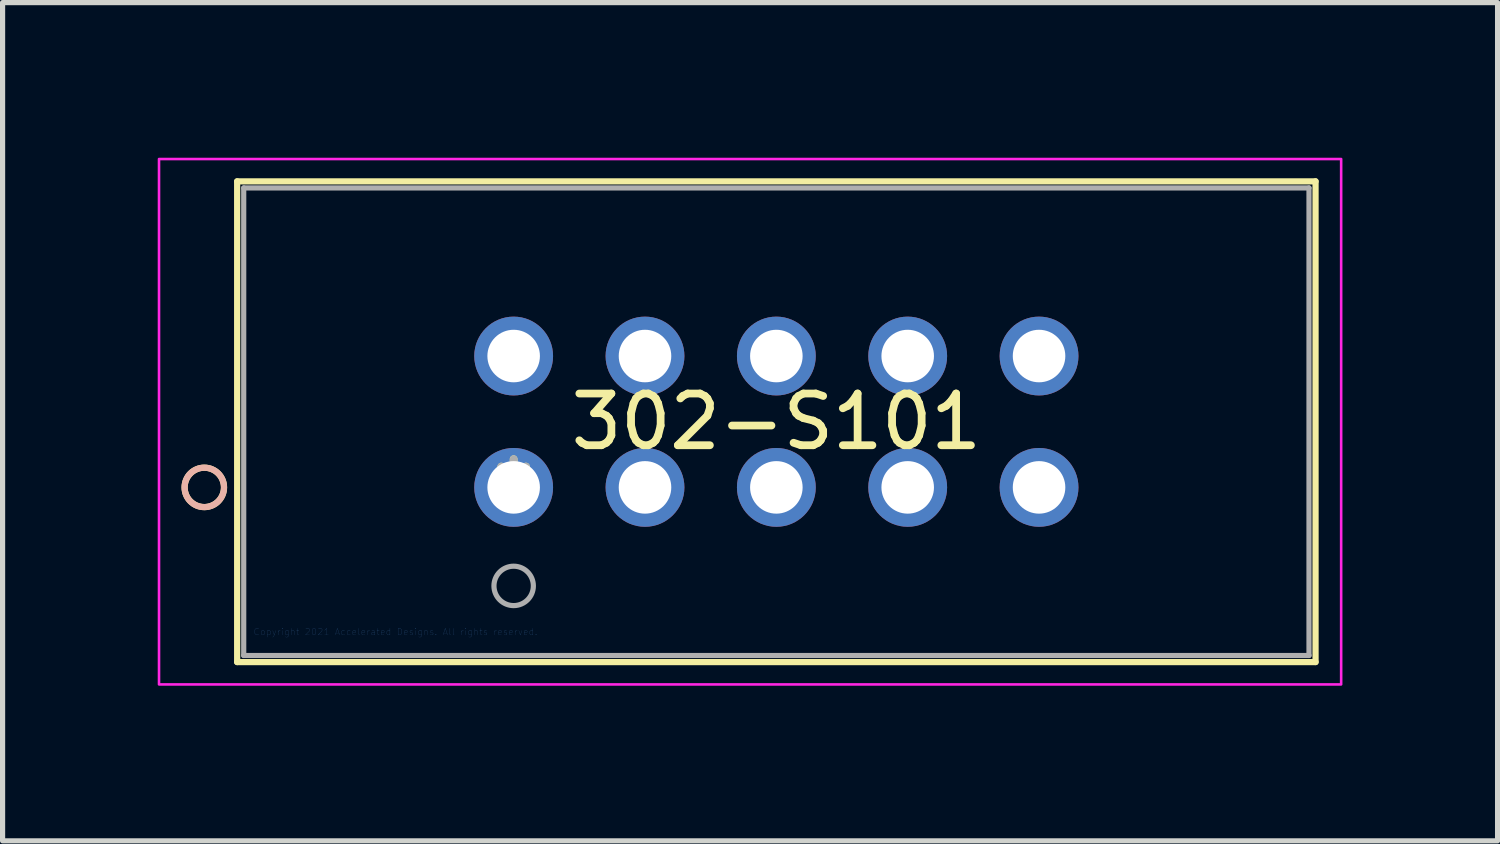
<source format=kicad_pcb>
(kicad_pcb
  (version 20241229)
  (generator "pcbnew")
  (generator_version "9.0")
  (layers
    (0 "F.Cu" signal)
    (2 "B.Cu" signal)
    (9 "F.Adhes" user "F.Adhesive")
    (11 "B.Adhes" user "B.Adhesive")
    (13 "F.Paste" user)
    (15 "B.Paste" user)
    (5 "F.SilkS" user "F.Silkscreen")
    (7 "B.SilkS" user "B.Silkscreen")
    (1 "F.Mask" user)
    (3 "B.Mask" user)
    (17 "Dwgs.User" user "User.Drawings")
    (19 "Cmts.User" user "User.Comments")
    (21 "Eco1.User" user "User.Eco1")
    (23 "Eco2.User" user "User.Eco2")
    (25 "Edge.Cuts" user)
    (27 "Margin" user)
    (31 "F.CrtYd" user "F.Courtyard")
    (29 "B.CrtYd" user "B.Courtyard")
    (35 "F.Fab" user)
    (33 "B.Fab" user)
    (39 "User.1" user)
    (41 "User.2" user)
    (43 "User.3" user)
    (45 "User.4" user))
  (footprint "302-S101"
    (layer "F.Cu")
    (at 6.883 6.375)
    (property "Reference" "302-S101" (at 5.08 -1.27 0) (layer "F.SilkS") (effects (font (size 1 1) (thickness 0.15))))
    (attr through_hole)
    (fp_line (start -5.347 -5.918) (end -5.347 3.378) (stroke (width 0.12) (type solid)) (layer "F.SilkS"))
    (fp_line (start -5.347 3.378) (end 15.507 3.378) (stroke (width 0.12) (type solid)) (layer "F.SilkS"))
    (fp_line (start 15.507 -5.918) (end -5.347 -5.918) (stroke (width 0.12) (type solid)) (layer "F.SilkS"))
    (fp_line (start 15.507 3.378) (end 15.507 -5.918) (stroke (width 0.12) (type solid)) (layer "F.SilkS"))
    (fp_circle (center -5.982 0) (end -5.601 0) (stroke (width 0.12) (type solid)) (fill no) (layer "F.SilkS"))
    (fp_circle (center -5.982 0) (end -5.601 0) (stroke (width 0.12) (type solid)) (fill no) (layer "B.SilkS"))
    (fp_rect (start -6.858 -6.35) (end 16.002 3.81) (stroke (width 0.05) (type solid)) (fill no) (layer "F.CrtYd"))
    (fp_line (start -5.22 -5.791) (end -5.22 3.251) (stroke (width 0.1) (type solid)) (layer "F.Fab"))
    (fp_line (start -5.22 3.251) (end 15.38 3.251) (stroke (width 0.1) (type solid)) (layer "F.Fab"))
    (fp_line (start 15.38 -5.791) (end -5.22 -5.791) (stroke (width 0.1) (type solid)) (layer "F.Fab"))
    (fp_line (start 15.38 3.251) (end 15.38 -5.791) (stroke (width 0.1) (type solid)) (layer "F.Fab"))
    (fp_circle (center 0 1.905) (end 0.381 1.905) (stroke (width 0.1) (type solid)) (fill no) (layer "F.Fab"))
    (fp_text user "*" (at 0 0 0) (layer "F.SilkS") (effects (font (size 1 1) (thickness 0.15))))
    (fp_text user "Copyright 2021 Accelerated Designs. All rights reserved." (at -2.286 2.794 0) (layer "Cmts.User") (effects (font (size 0.127 0.127) (thickness 0.002))))
    (fp_text user "*" (at 0 0 0) (layer "F.Fab") (effects (font (size 1 1) (thickness 0.15))))
    (pad "1" thru_hole circle (at 0 0) (size 1.524 1.524) (drill 1.016) (layers "*.Cu" "*.Mask"))
    (pad "2" thru_hole circle (at 0 -2.54) (size 1.524 1.524) (drill 1.016) (layers "*.Cu" "*.Mask"))
    (pad "3" thru_hole circle (at 2.54 0) (size 1.524 1.524) (drill 1.016) (layers "*.Cu" "*.Mask"))
    (pad "4" thru_hole circle (at 2.54 -2.54) (size 1.524 1.524) (drill 1.016) (layers "*.Cu" "*.Mask"))
    (pad "5" thru_hole circle (at 5.08 0) (size 1.524 1.524) (drill 1.016) (layers "*.Cu" "*.Mask"))
    (pad "6" thru_hole circle (at 5.08 -2.54) (size 1.524 1.524) (drill 1.016) (layers "*.Cu" "*.Mask"))
    (pad "7" thru_hole circle (at 7.62 0) (size 1.524 1.524) (drill 1.016) (layers "*.Cu" "*.Mask"))
    (pad "8" thru_hole circle (at 7.62 -2.54) (size 1.524 1.524) (drill 1.016) (layers "*.Cu" "*.Mask"))
    (pad "9" thru_hole circle (at 10.16 0) (size 1.524 1.524) (drill 1.016) (layers "*.Cu" "*.Mask"))
    (pad "10" thru_hole circle (at 10.16 -2.54) (size 1.524 1.524) (drill 1.016) (layers "*.Cu" "*.Mask")))
  (gr_rect
    (start -3 -3)
    (end 25.91 13.21)
    (stroke (width 0.1) (type default))
    (fill no)
    (layer "Edge.Cuts")))
</source>
